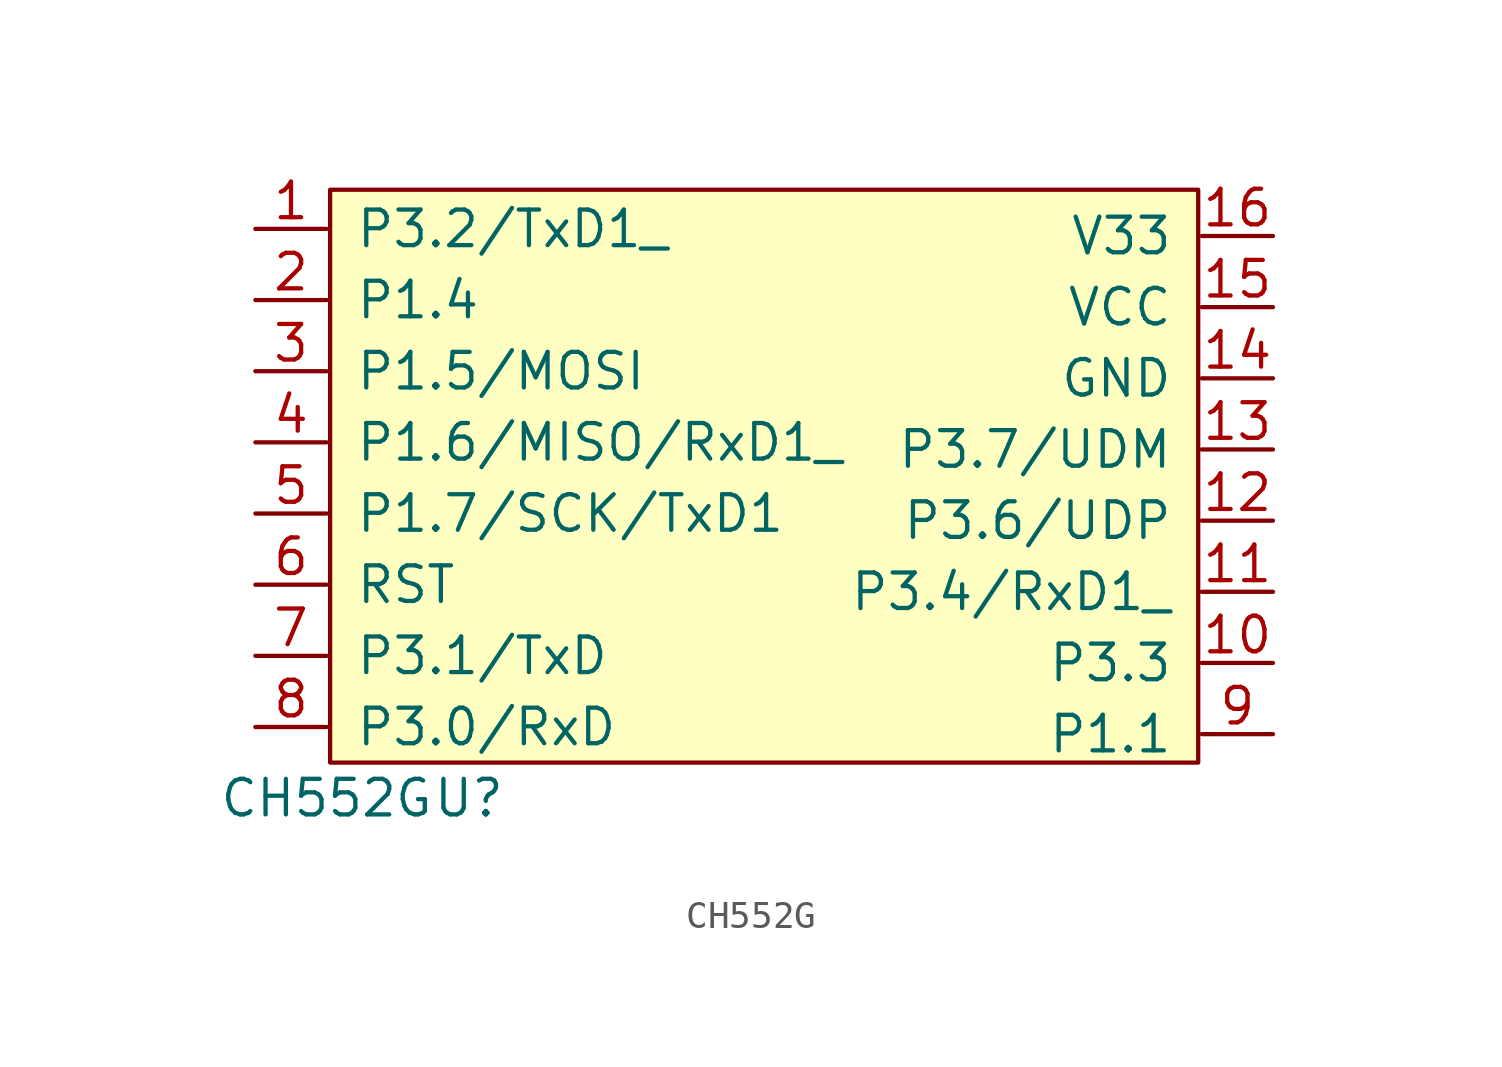
<source format=kicad_sym>
(kicad_symbol_lib
  (version 20211014)
  (generator kicad_symbol_editor)
  (symbol "CH552G"
    (pin_names
      (offset 1.016))
    (property "Reference" "U"
      (at 0 -1.27 0)
      (effects (font (size 1.27 1.27))))
    (property "Value" "CH552G"
      (at -5.08 -1.27 0)
      (effects (font (size 1.27 1.27))))
    (symbol "CH552G_0_1"
      (rectangle (start -4.953 20.447) (end 26.035 0) (stroke (width 0) (type default) (color 0 0 0 0)) (fill (type background))))
    (symbol "CH552G_1_1"
      (pin bidirectional line (at -7.62 19.05 0) (length 2.54) (name "P3.2/TxD1_" (effects (font (size 1.27 1.27)))) (number "1" (effects (font (size 1.27 1.27)))))
      (pin bidirectional line (at 28.702 3.556 180) (length 2.54) (name "P3.3" (effects (font (size 1.27 1.27)))) (number "10" (effects (font (size 1.27 1.27)))))
      (pin bidirectional line (at 28.702 6.096 180) (length 2.54) (name "P3.4/RxD1_" (effects (font (size 1.27 1.27)))) (number "11" (effects (font (size 1.27 1.27)))))
      (pin input line (at 28.702 8.636 180) (length 2.54) (name "P3.6/UDP" (effects (font (size 1.27 1.27)))) (number "12" (effects (font (size 1.27 1.27)))))
      (pin input line (at 28.702 11.176 180) (length 2.54) (name "P3.7/UDM" (effects (font (size 1.27 1.27)))) (number "13" (effects (font (size 1.27 1.27)))))
      (pin power_out line (at 28.702 13.716 180) (length 2.54) (name "GND" (effects (font (size 1.27 1.27)))) (number "14" (effects (font (size 1.27 1.27)))))
      (pin power_in line (at 28.702 16.256 180) (length 2.54) (name "VCC" (effects (font (size 1.27 1.27)))) (number "15" (effects (font (size 1.27 1.27)))))
      (pin power_in line (at 28.702 18.796 180) (length 2.54) (name "V33" (effects (font (size 1.27 1.27)))) (number "16" (effects (font (size 1.27 1.27)))))
      (pin bidirectional line (at -7.62 16.51 0) (length 2.54) (name "P1.4" (effects (font (size 1.27 1.27)))) (number "2" (effects (font (size 1.27 1.27)))))
      (pin bidirectional line (at -7.62 13.97 0) (length 2.54) (name "P1.5/MOSI" (effects (font (size 1.27 1.27)))) (number "3" (effects (font (size 1.27 1.27)))))
      (pin bidirectional line (at -7.62 11.43 0) (length 2.54) (name "P1.6/MISO/RxD1_" (effects (font (size 1.27 1.27)))) (number "4" (effects (font (size 1.27 1.27)))))
      (pin bidirectional line (at -7.62 8.89 0) (length 2.54) (name "P1.7/SCK/TxD1" (effects (font (size 1.27 1.27)))) (number "5" (effects (font (size 1.27 1.27)))))
      (pin input line (at -7.62 6.35 0) (length 2.54) (name "RST" (effects (font (size 1.27 1.27)))) (number "6" (effects (font (size 1.27 1.27)))))
      (pin bidirectional line (at -7.62 3.81 0) (length 2.54) (name "P3.1/TxD" (effects (font (size 1.27 1.27)))) (number "7" (effects (font (size 1.27 1.27)))))
      (pin bidirectional line (at -7.62 1.27 0) (length 2.54) (name "P3.0/RxD" (effects (font (size 1.27 1.27)))) (number "8" (effects (font (size 1.27 1.27)))))
      (pin bidirectional line (at 28.702 1.016 180) (length 2.54) (name "P1.1" (effects (font (size 1.27 1.27)))) (number "9" (effects (font (size 1.27 1.27))))))))
</source>
